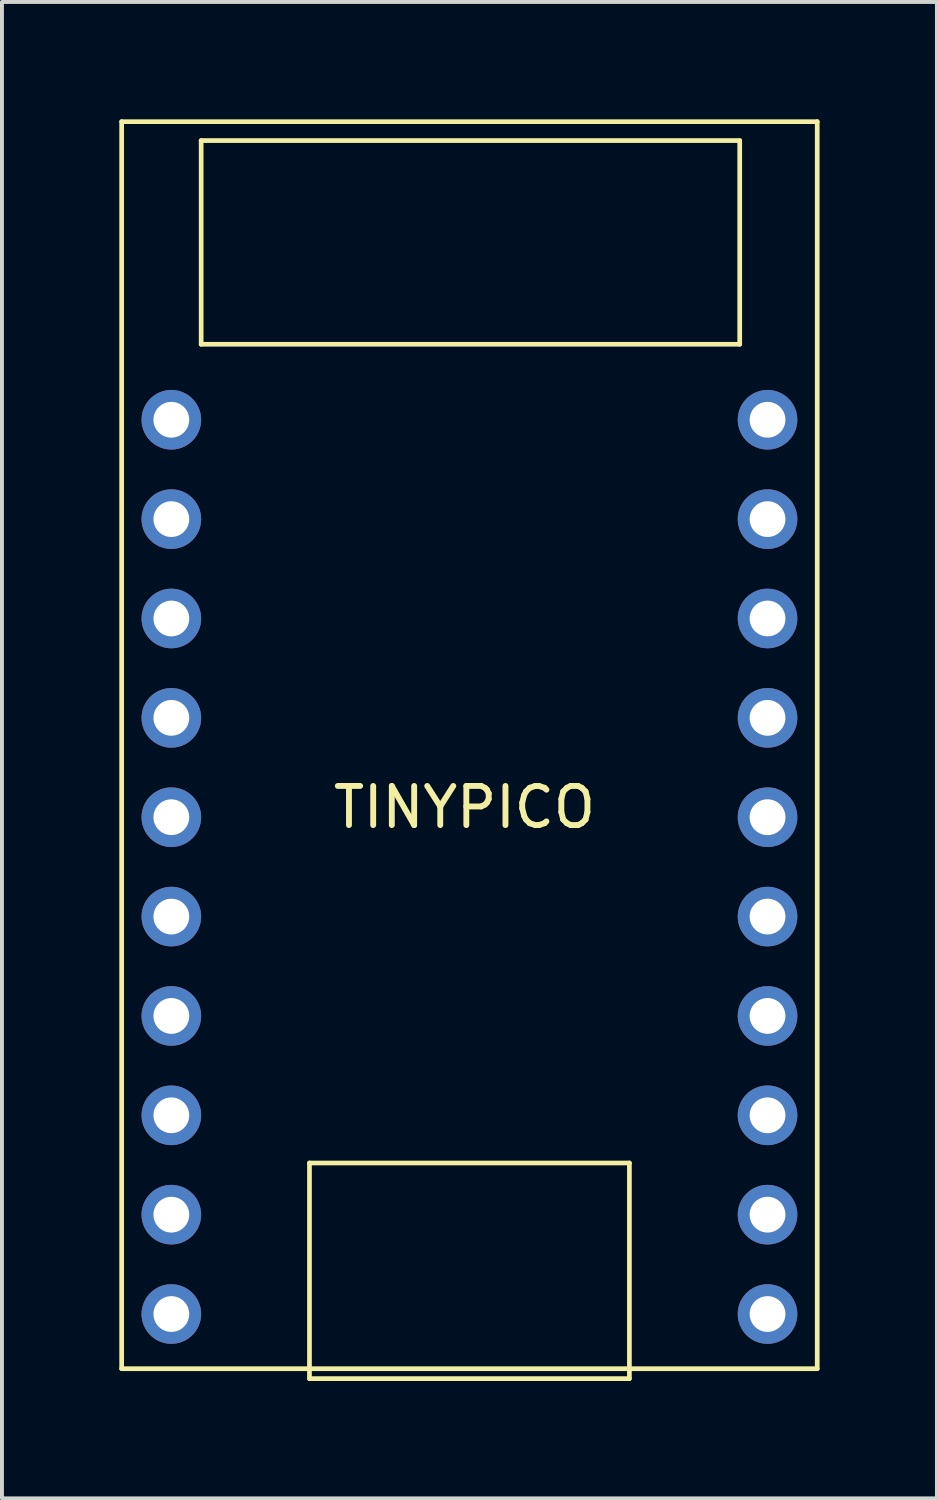
<source format=kicad_pcb>
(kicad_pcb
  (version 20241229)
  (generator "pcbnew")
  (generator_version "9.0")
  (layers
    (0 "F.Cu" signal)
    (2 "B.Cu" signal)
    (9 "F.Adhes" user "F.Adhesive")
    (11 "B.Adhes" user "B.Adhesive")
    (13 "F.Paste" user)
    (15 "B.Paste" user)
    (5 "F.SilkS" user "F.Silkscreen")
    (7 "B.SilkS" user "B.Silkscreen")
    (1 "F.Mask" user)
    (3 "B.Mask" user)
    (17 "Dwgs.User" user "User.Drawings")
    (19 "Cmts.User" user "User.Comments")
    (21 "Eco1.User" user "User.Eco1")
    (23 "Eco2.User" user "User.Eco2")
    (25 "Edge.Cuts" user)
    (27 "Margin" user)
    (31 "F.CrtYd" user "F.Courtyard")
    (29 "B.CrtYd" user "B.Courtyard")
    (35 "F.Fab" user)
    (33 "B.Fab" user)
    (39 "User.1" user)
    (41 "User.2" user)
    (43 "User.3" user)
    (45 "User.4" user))
  (footprint "TINYPICO"
    (layer "F.Cu")
    (at 1.33 30.54)
    (property "Reference" "TINYPICO" (at 7.493 -12.954 180) (layer "F.SilkS") (effects (font (size 1 1) (thickness 0.15))))
    (attr through_hole)
    (fp_line (start -1.27 -30.48) (end 16.51 -30.48) (stroke (width 0.12) (type solid)) (layer "F.SilkS"))
    (fp_line (start -1.27 1.397) (end -1.27 -30.48) (stroke (width 0.12) (type solid)) (layer "F.SilkS"))
    (fp_line (start 0.762 -29.997) (end 14.529 -29.997) (stroke (width 0.12) (type solid)) (layer "F.SilkS"))
    (fp_line (start 0.762 -24.79) (end 0.762 -29.997) (stroke (width 0.12) (type solid)) (layer "F.SilkS"))
    (fp_line (start 0.762 -24.79) (end 14.529 -24.79) (stroke (width 0.12) (type solid)) (layer "F.SilkS"))
    (fp_line (start 3.531 -3.861) (end 11.709 -3.861) (stroke (width 0.12) (type solid)) (layer "F.SilkS"))
    (fp_line (start 3.531 1.651) (end 3.531 -3.861) (stroke (width 0.12) (type solid)) (layer "F.SilkS"))
    (fp_line (start 3.531 1.651) (end 11.709 1.651) (stroke (width 0.12) (type solid)) (layer "F.SilkS"))
    (fp_line (start 11.709 -3.861) (end 11.709 1.651) (stroke (width 0.12) (type solid)) (layer "F.SilkS"))
    (fp_line (start 14.529 -24.79) (end 14.529 -29.997) (stroke (width 0.12) (type solid)) (layer "F.SilkS"))
    (fp_line (start 16.51 -30.48) (end 16.51 1.397) (stroke (width 0.12) (type solid)) (layer "F.SilkS"))
    (fp_line (start 16.51 1.397) (end -1.27 1.397) (stroke (width 0.12) (type solid)) (layer "F.SilkS"))
    (pad "1" thru_hole circle (at 0 -22.86 180) (size 1.524 1.524) (drill 0.914) (layers "*.Cu" "*.Mask"))
    (pad "2" thru_hole circle (at 0 -20.32 180) (size 1.524 1.524) (drill 0.914) (layers "*.Cu" "*.Mask"))
    (pad "3" thru_hole circle (at 0 -17.78 180) (size 1.524 1.524) (drill 0.914) (layers "*.Cu" "*.Mask"))
    (pad "4" thru_hole circle (at 0 -15.24 180) (size 1.524 1.524) (drill 0.914) (layers "*.Cu" "*.Mask"))
    (pad "5" thru_hole circle (at 0 -12.7 180) (size 1.524 1.524) (drill 0.914) (layers "*.Cu" "*.Mask"))
    (pad "6" thru_hole circle (at 0 -10.16 180) (size 1.524 1.524) (drill 0.914) (layers "*.Cu" "*.Mask"))
    (pad "7" thru_hole circle (at 0 -7.62 180) (size 1.524 1.524) (drill 0.914) (layers "*.Cu" "*.Mask"))
    (pad "8" thru_hole circle (at 0 -5.08 180) (size 1.524 1.524) (drill 0.914) (layers "*.Cu" "*.Mask"))
    (pad "9" thru_hole circle (at 0 -2.54 180) (size 1.524 1.524) (drill 0.914) (layers "*.Cu" "*.Mask"))
    (pad "10" thru_hole circle (at 0 0 180) (size 1.524 1.524) (drill 0.914) (layers "*.Cu" "*.Mask"))
    (pad "11" thru_hole circle (at 15.24 0 180) (size 1.524 1.524) (drill 0.914) (layers "*.Cu" "*.Mask"))
    (pad "12" thru_hole circle (at 15.24 -2.54 180) (size 1.524 1.524) (drill 0.914) (layers "*.Cu" "*.Mask"))
    (pad "13" thru_hole circle (at 15.24 -5.08 180) (size 1.524 1.524) (drill 0.914) (layers "*.Cu" "*.Mask"))
    (pad "14" thru_hole circle (at 15.24 -7.62 180) (size 1.524 1.524) (drill 0.914) (layers "*.Cu" "*.Mask"))
    (pad "15" thru_hole circle (at 15.24 -10.16 180) (size 1.524 1.524) (drill 0.914) (layers "*.Cu" "*.Mask"))
    (pad "16" thru_hole circle (at 15.24 -12.7 180) (size 1.524 1.524) (drill 0.916) (layers "*.Cu" "*.Mask"))
    (pad "17" thru_hole circle (at 15.24 -15.24 180) (size 1.524 1.524) (drill 0.914) (layers "*.Cu" "*.Mask"))
    (pad "18" thru_hole circle (at 15.24 -17.78 180) (size 1.524 1.524) (drill 0.914) (layers "*.Cu" "*.Mask"))
    (pad "19" thru_hole circle (at 15.24 -20.32 180) (size 1.524 1.524) (drill 0.914) (layers "*.Cu" "*.Mask"))
    (pad "20" thru_hole circle (at 15.24 -22.86 180) (size 1.524 1.524) (drill 0.914) (layers "*.Cu" "*.Mask")))
  (gr_rect
    (start -3 -3)
    (end 20.9 35.251)
    (stroke (width 0.1) (type default))
    (fill no)
    (layer "Edge.Cuts")))
</source>
